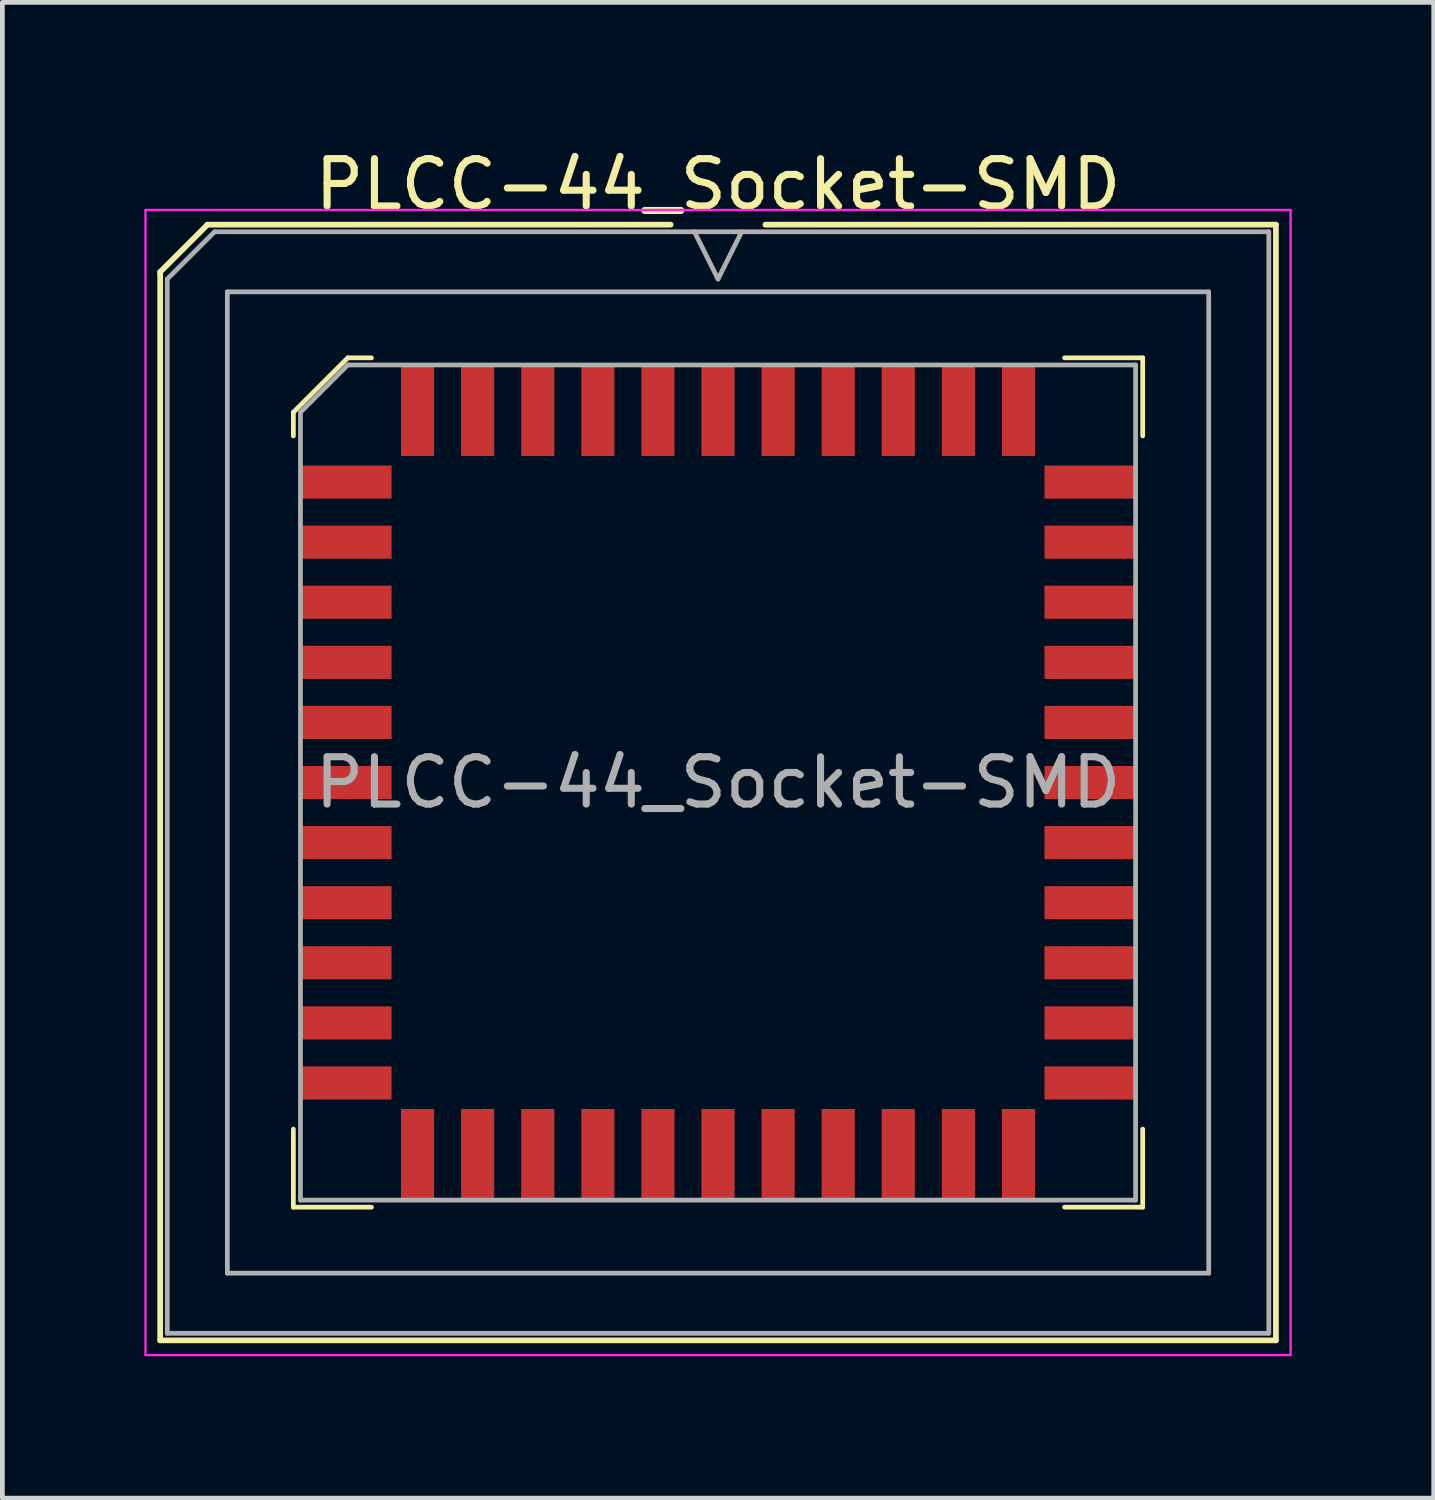
<source format=kicad_pcb>
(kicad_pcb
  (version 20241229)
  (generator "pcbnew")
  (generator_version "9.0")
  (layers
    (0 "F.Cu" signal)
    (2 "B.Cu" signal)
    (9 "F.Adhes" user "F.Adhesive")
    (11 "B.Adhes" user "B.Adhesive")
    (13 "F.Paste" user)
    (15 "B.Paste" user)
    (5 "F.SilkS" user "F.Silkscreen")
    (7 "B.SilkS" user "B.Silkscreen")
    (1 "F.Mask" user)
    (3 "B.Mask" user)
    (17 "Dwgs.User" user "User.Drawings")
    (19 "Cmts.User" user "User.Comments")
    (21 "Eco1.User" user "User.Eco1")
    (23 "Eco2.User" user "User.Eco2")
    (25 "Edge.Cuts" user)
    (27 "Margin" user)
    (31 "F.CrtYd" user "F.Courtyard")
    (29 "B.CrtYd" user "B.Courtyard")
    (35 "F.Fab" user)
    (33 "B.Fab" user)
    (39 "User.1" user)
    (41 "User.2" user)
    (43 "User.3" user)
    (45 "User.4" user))
  (footprint "PLCC-44_Socket-SMD"
    (layer "F.Cu")
    (at 12.125 13.488)
    (property "Reference" "PLCC-44_Socket-SMD" (at 0 -12.64 0) (layer "F.SilkS") (effects (font (size 1 1) (thickness 0.15))))
    (attr smd)
    (fp_line (start -11.79 -10.79) (end -11.79 11.79) (stroke (width 0.12) (type solid)) (layer "F.SilkS"))
    (fp_line (start -11.79 11.79) (end 11.79 11.79) (stroke (width 0.12) (type solid)) (layer "F.SilkS"))
    (fp_line (start -10.79 -11.79) (end -11.79 -10.79) (stroke (width 0.12) (type solid)) (layer "F.SilkS"))
    (fp_line (start -8.975 -7.825) (end -8.975 -7.325) (stroke (width 0.1) (type solid)) (layer "F.SilkS"))
    (fp_line (start -8.975 8.975) (end -8.975 7.325) (stroke (width 0.1) (type solid)) (layer "F.SilkS"))
    (fp_line (start -7.825 -8.975) (end -8.975 -7.825) (stroke (width 0.1) (type solid)) (layer "F.SilkS"))
    (fp_line (start -7.325 -8.975) (end -7.825 -8.975) (stroke (width 0.1) (type solid)) (layer "F.SilkS"))
    (fp_line (start -7.325 8.975) (end -8.975 8.975) (stroke (width 0.1) (type solid)) (layer "F.SilkS"))
    (fp_line (start -1 -11.79) (end -10.79 -11.79) (stroke (width 0.12) (type solid)) (layer "F.SilkS"))
    (fp_line (start 7.325 -8.975) (end 8.975 -8.975) (stroke (width 0.1) (type solid)) (layer "F.SilkS"))
    (fp_line (start 7.325 8.975) (end 8.975 8.975) (stroke (width 0.1) (type solid)) (layer "F.SilkS"))
    (fp_line (start 8.975 -8.975) (end 8.975 -7.325) (stroke (width 0.1) (type solid)) (layer "F.SilkS"))
    (fp_line (start 8.975 8.975) (end 8.975 7.325) (stroke (width 0.1) (type solid)) (layer "F.SilkS"))
    (fp_line (start 11.79 -11.79) (end 1 -11.79) (stroke (width 0.12) (type solid)) (layer "F.SilkS"))
    (fp_line (start 11.79 11.79) (end 11.79 -11.79) (stroke (width 0.12) (type solid)) (layer "F.SilkS"))
    (fp_line (start -12.1 -12.1) (end -12.1 12.1) (stroke (width 0.05) (type solid)) (layer "F.CrtYd"))
    (fp_line (start -12.1 12.1) (end 12.1 12.1) (stroke (width 0.05) (type solid)) (layer "F.CrtYd"))
    (fp_line (start 12.1 -12.1) (end -12.1 -12.1) (stroke (width 0.05) (type solid)) (layer "F.CrtYd"))
    (fp_line (start 12.1 12.1) (end 12.1 -12.1) (stroke (width 0.05) (type solid)) (layer "F.CrtYd"))
    (fp_line (start -11.64 -10.64) (end -11.64 11.64) (stroke (width 0.1) (type solid)) (layer "F.Fab"))
    (fp_line (start -11.64 11.64) (end 11.64 11.64) (stroke (width 0.1) (type solid)) (layer "F.Fab"))
    (fp_line (start -10.64 -11.64) (end -11.64 -10.64) (stroke (width 0.1) (type solid)) (layer "F.Fab"))
    (fp_line (start -10.37 -10.37) (end -10.37 10.37) (stroke (width 0.1) (type solid)) (layer "F.Fab"))
    (fp_line (start -10.37 10.37) (end 10.37 10.37) (stroke (width 0.1) (type solid)) (layer "F.Fab"))
    (fp_line (start -8.825 -7.825) (end -8.825 8.825) (stroke (width 0.1) (type solid)) (layer "F.Fab"))
    (fp_line (start -8.825 8.825) (end 8.825 8.825) (stroke (width 0.1) (type solid)) (layer "F.Fab"))
    (fp_line (start -7.825 -8.825) (end -8.825 -7.825) (stroke (width 0.1) (type solid)) (layer "F.Fab"))
    (fp_line (start -0.5 -11.64) (end 0 -10.64) (stroke (width 0.1) (type solid)) (layer "F.Fab"))
    (fp_line (start 0 -10.64) (end 0.5 -11.64) (stroke (width 0.1) (type solid)) (layer "F.Fab"))
    (fp_line (start 8.825 -8.825) (end -7.825 -8.825) (stroke (width 0.1) (type solid)) (layer "F.Fab"))
    (fp_line (start 8.825 8.825) (end 8.825 -8.825) (stroke (width 0.1) (type solid)) (layer "F.Fab"))
    (fp_line (start 10.37 -10.37) (end -10.37 -10.37) (stroke (width 0.1) (type solid)) (layer "F.Fab"))
    (fp_line (start 10.37 10.37) (end 10.37 -10.37) (stroke (width 0.1) (type solid)) (layer "F.Fab"))
    (fp_line (start 11.64 -11.64) (end -10.64 -11.64) (stroke (width 0.1) (type solid)) (layer "F.Fab"))
    (fp_line (start 11.64 11.64) (end 11.64 -11.64) (stroke (width 0.1) (type solid)) (layer "F.Fab"))
    (fp_text user "${REFERENCE}" (at 0 0 0) (layer "F.Fab") (effects (font (size 1 1) (thickness 0.15))))
    (pad "1" smd rect (at 0 -7.862) (size 0.7 1.925) (layers "F.Cu" "F.Mask" "F.Paste"))
    (pad "2" smd rect (at -1.27 -7.862) (size 0.7 1.925) (layers "F.Cu" "F.Mask" "F.Paste"))
    (pad "3" smd rect (at -2.54 -7.862) (size 0.7 1.925) (layers "F.Cu" "F.Mask" "F.Paste"))
    (pad "4" smd rect (at -3.81 -7.862) (size 0.7 1.925) (layers "F.Cu" "F.Mask" "F.Paste"))
    (pad "5" smd rect (at -5.08 -7.862) (size 0.7 1.925) (layers "F.Cu" "F.Mask" "F.Paste"))
    (pad "6" smd rect (at -6.35 -7.862) (size 0.7 1.925) (layers "F.Cu" "F.Mask" "F.Paste"))
    (pad "7" smd rect (at -7.862 -6.35) (size 1.925 0.7) (layers "F.Cu" "F.Mask" "F.Paste"))
    (pad "8" smd rect (at -7.862 -5.08) (size 1.925 0.7) (layers "F.Cu" "F.Mask" "F.Paste"))
    (pad "9" smd rect (at -7.862 -3.81) (size 1.925 0.7) (layers "F.Cu" "F.Mask" "F.Paste"))
    (pad "10" smd rect (at -7.862 -2.54) (size 1.925 0.7) (layers "F.Cu" "F.Mask" "F.Paste"))
    (pad "11" smd rect (at -7.862 -1.27) (size 1.925 0.7) (layers "F.Cu" "F.Mask" "F.Paste"))
    (pad "12" smd rect (at -7.862 0) (size 1.925 0.7) (layers "F.Cu" "F.Mask" "F.Paste"))
    (pad "13" smd rect (at -7.862 1.27) (size 1.925 0.7) (layers "F.Cu" "F.Mask" "F.Paste"))
    (pad "14" smd rect (at -7.862 2.54) (size 1.925 0.7) (layers "F.Cu" "F.Mask" "F.Paste"))
    (pad "15" smd rect (at -7.862 3.81) (size 1.925 0.7) (layers "F.Cu" "F.Mask" "F.Paste"))
    (pad "16" smd rect (at -7.862 5.08) (size 1.925 0.7) (layers "F.Cu" "F.Mask" "F.Paste"))
    (pad "17" smd rect (at -7.862 6.35) (size 1.925 0.7) (layers "F.Cu" "F.Mask" "F.Paste"))
    (pad "18" smd rect (at -6.35 7.862) (size 0.7 1.925) (layers "F.Cu" "F.Mask" "F.Paste"))
    (pad "19" smd rect (at -5.08 7.862) (size 0.7 1.925) (layers "F.Cu" "F.Mask" "F.Paste"))
    (pad "20" smd rect (at -3.81 7.862) (size 0.7 1.925) (layers "F.Cu" "F.Mask" "F.Paste"))
    (pad "21" smd rect (at -2.54 7.862) (size 0.7 1.925) (layers "F.Cu" "F.Mask" "F.Paste"))
    (pad "22" smd rect (at -1.27 7.862) (size 0.7 1.925) (layers "F.Cu" "F.Mask" "F.Paste"))
    (pad "23" smd rect (at 0 7.862) (size 0.7 1.925) (layers "F.Cu" "F.Mask" "F.Paste"))
    (pad "24" smd rect (at 1.27 7.862) (size 0.7 1.925) (layers "F.Cu" "F.Mask" "F.Paste"))
    (pad "25" smd rect (at 2.54 7.862) (size 0.7 1.925) (layers "F.Cu" "F.Mask" "F.Paste"))
    (pad "26" smd rect (at 3.81 7.862) (size 0.7 1.925) (layers "F.Cu" "F.Mask" "F.Paste"))
    (pad "27" smd rect (at 5.08 7.862) (size 0.7 1.925) (layers "F.Cu" "F.Mask" "F.Paste"))
    (pad "28" smd rect (at 6.35 7.862) (size 0.7 1.925) (layers "F.Cu" "F.Mask" "F.Paste"))
    (pad "29" smd rect (at 7.862 6.35) (size 1.925 0.7) (layers "F.Cu" "F.Mask" "F.Paste"))
    (pad "30" smd rect (at 7.862 5.08) (size 1.925 0.7) (layers "F.Cu" "F.Mask" "F.Paste"))
    (pad "31" smd rect (at 7.862 3.81) (size 1.925 0.7) (layers "F.Cu" "F.Mask" "F.Paste"))
    (pad "32" smd rect (at 7.862 2.54) (size 1.925 0.7) (layers "F.Cu" "F.Mask" "F.Paste"))
    (pad "33" smd rect (at 7.862 1.27) (size 1.925 0.7) (layers "F.Cu" "F.Mask" "F.Paste"))
    (pad "34" smd rect (at 7.862 0) (size 1.925 0.7) (layers "F.Cu" "F.Mask" "F.Paste"))
    (pad "35" smd rect (at 7.862 -1.27) (size 1.925 0.7) (layers "F.Cu" "F.Mask" "F.Paste"))
    (pad "36" smd rect (at 7.862 -2.54) (size 1.925 0.7) (layers "F.Cu" "F.Mask" "F.Paste"))
    (pad "37" smd rect (at 7.862 -3.81) (size 1.925 0.7) (layers "F.Cu" "F.Mask" "F.Paste"))
    (pad "38" smd rect (at 7.862 -5.08) (size 1.925 0.7) (layers "F.Cu" "F.Mask" "F.Paste"))
    (pad "39" smd rect (at 7.862 -6.35) (size 1.925 0.7) (layers "F.Cu" "F.Mask" "F.Paste"))
    (pad "40" smd rect (at 6.35 -7.862) (size 0.7 1.925) (layers "F.Cu" "F.Mask" "F.Paste"))
    (pad "41" smd rect (at 5.08 -7.862) (size 0.7 1.925) (layers "F.Cu" "F.Mask" "F.Paste"))
    (pad "42" smd rect (at 3.81 -7.862) (size 0.7 1.925) (layers "F.Cu" "F.Mask" "F.Paste"))
    (pad "43" smd rect (at 2.54 -7.862) (size 0.7 1.925) (layers "F.Cu" "F.Mask" "F.Paste"))
    (pad "44" smd rect (at 1.27 -7.862) (size 0.7 1.925) (layers "F.Cu" "F.Mask" "F.Paste")))
  (gr_rect
    (start -3 -3)
    (end 27.25 28.613)
    (stroke (width 0.1) (type default))
    (fill no)
    (layer "Edge.Cuts")))
</source>
